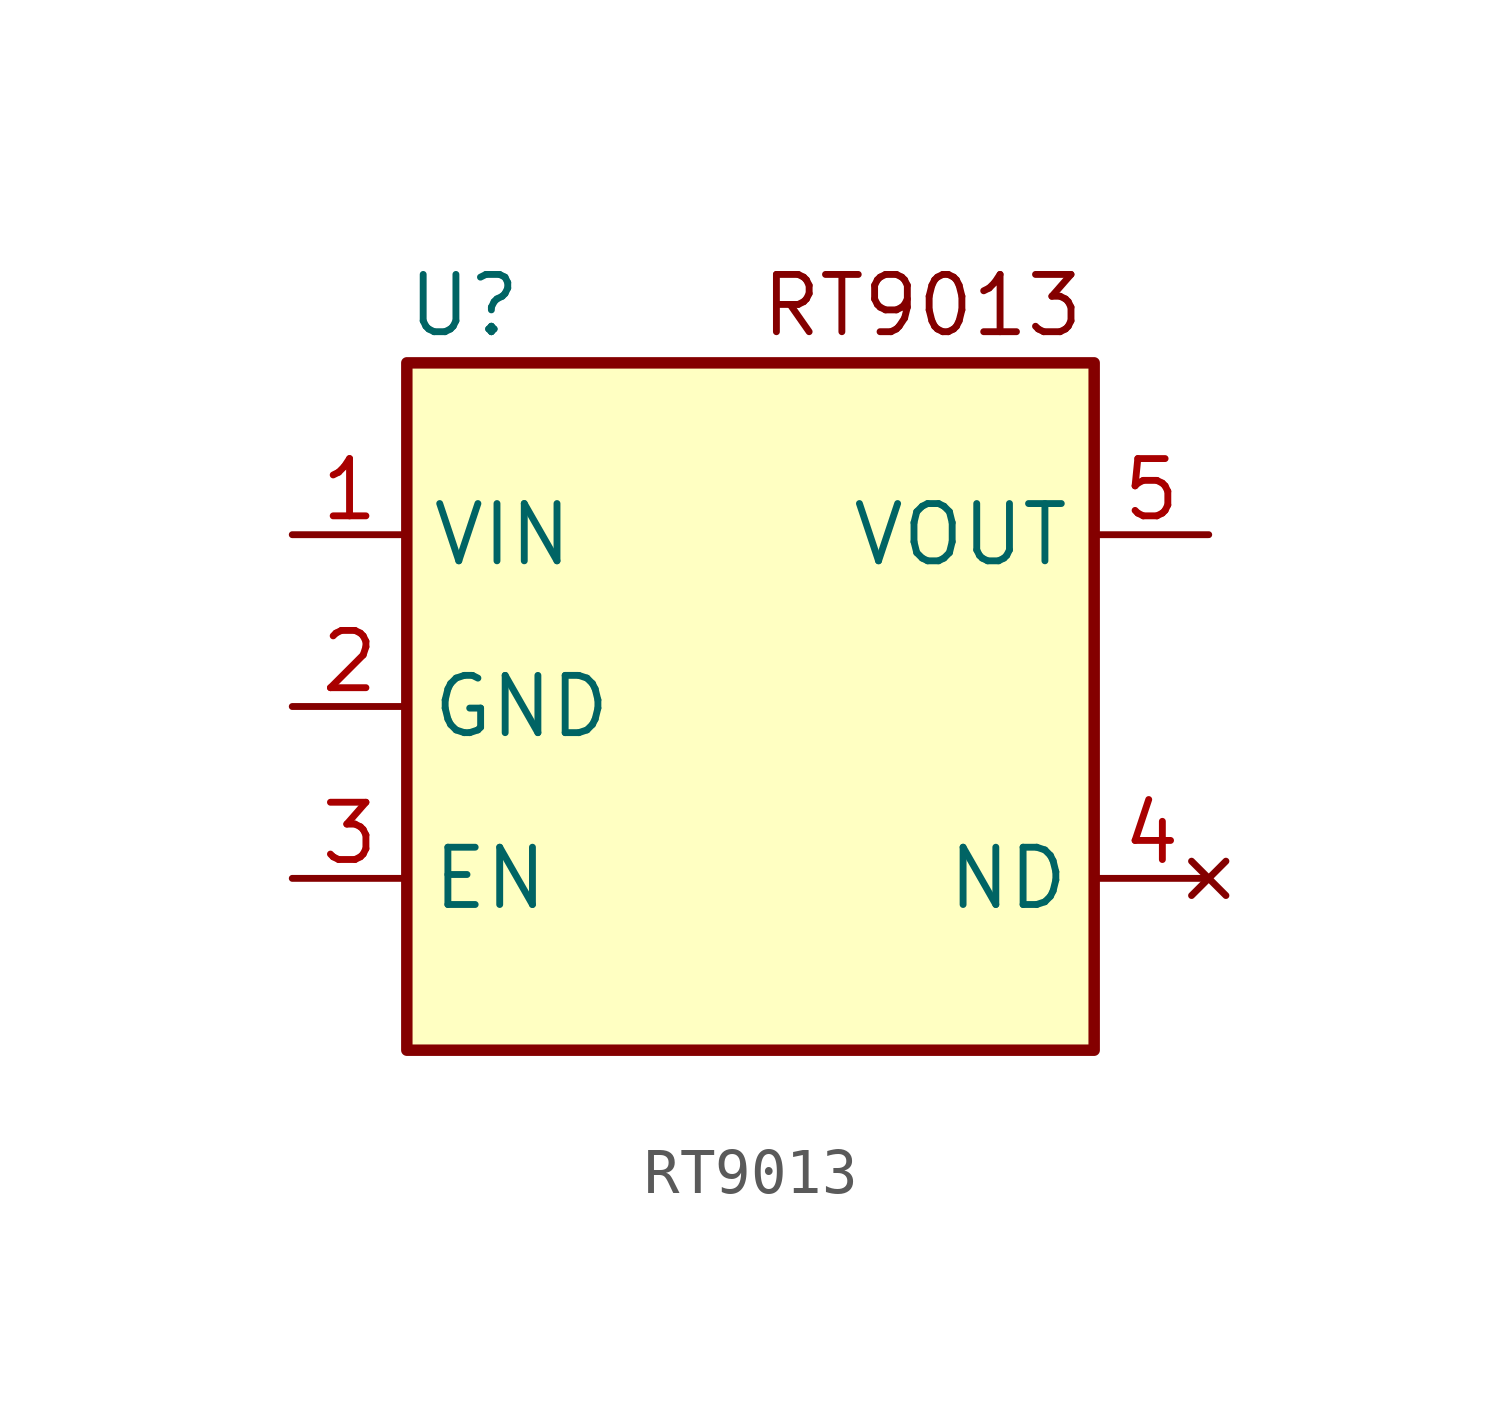
<source format=kicad_sym>
(kicad_symbol_lib
  (version 20220914)
  (generator kicad_symbol_editor)
  (symbol "RT9013"
    (property "Reference" "U"
      (at -6.35 8.89 0)
      (effects (font (size 1.27 1.27))))
    (property "Value" ""
      (at -10.16 3.81 0)
      (effects (font (size 1.27 1.27))))
    (symbol "RT9013_0_1"
      (rectangle (start -7.62 7.62) (end 7.62 -7.62) (stroke (width 0.254) (type default)) (fill (type background))))
    (symbol "RT9013_1_1"
      (text "RT9013" (at 3.81 8.89 0) (effects (font (size 1.27 1.27))))
      (pin input line (at -10.16 3.81 0) (length 2.54) (name "VIN" (effects (font (size 1.27 1.27)))) (number "1" (effects (font (size 1.27 1.27)))))
      (pin input line (at -10.16 0 0) (length 2.54) (name "GND" (effects (font (size 1.27 1.27)))) (number "2" (effects (font (size 1.27 1.27)))))
      (pin input line (at -10.16 -3.81 0) (length 2.54) (name "EN" (effects (font (size 1.27 1.27)))) (number "3" (effects (font (size 1.27 1.27)))))
      (pin no_connect line (at 10.16 -3.81 180) (length 2.54) (name "ND" (effects (font (size 1.27 1.27)))) (number "4" (effects (font (size 1.27 1.27)))))
      (pin output line (at 10.16 3.81 180) (length 2.54) (name "VOUT" (effects (font (size 1.27 1.27)))) (number "5" (effects (font (size 1.27 1.27))))))))
</source>
